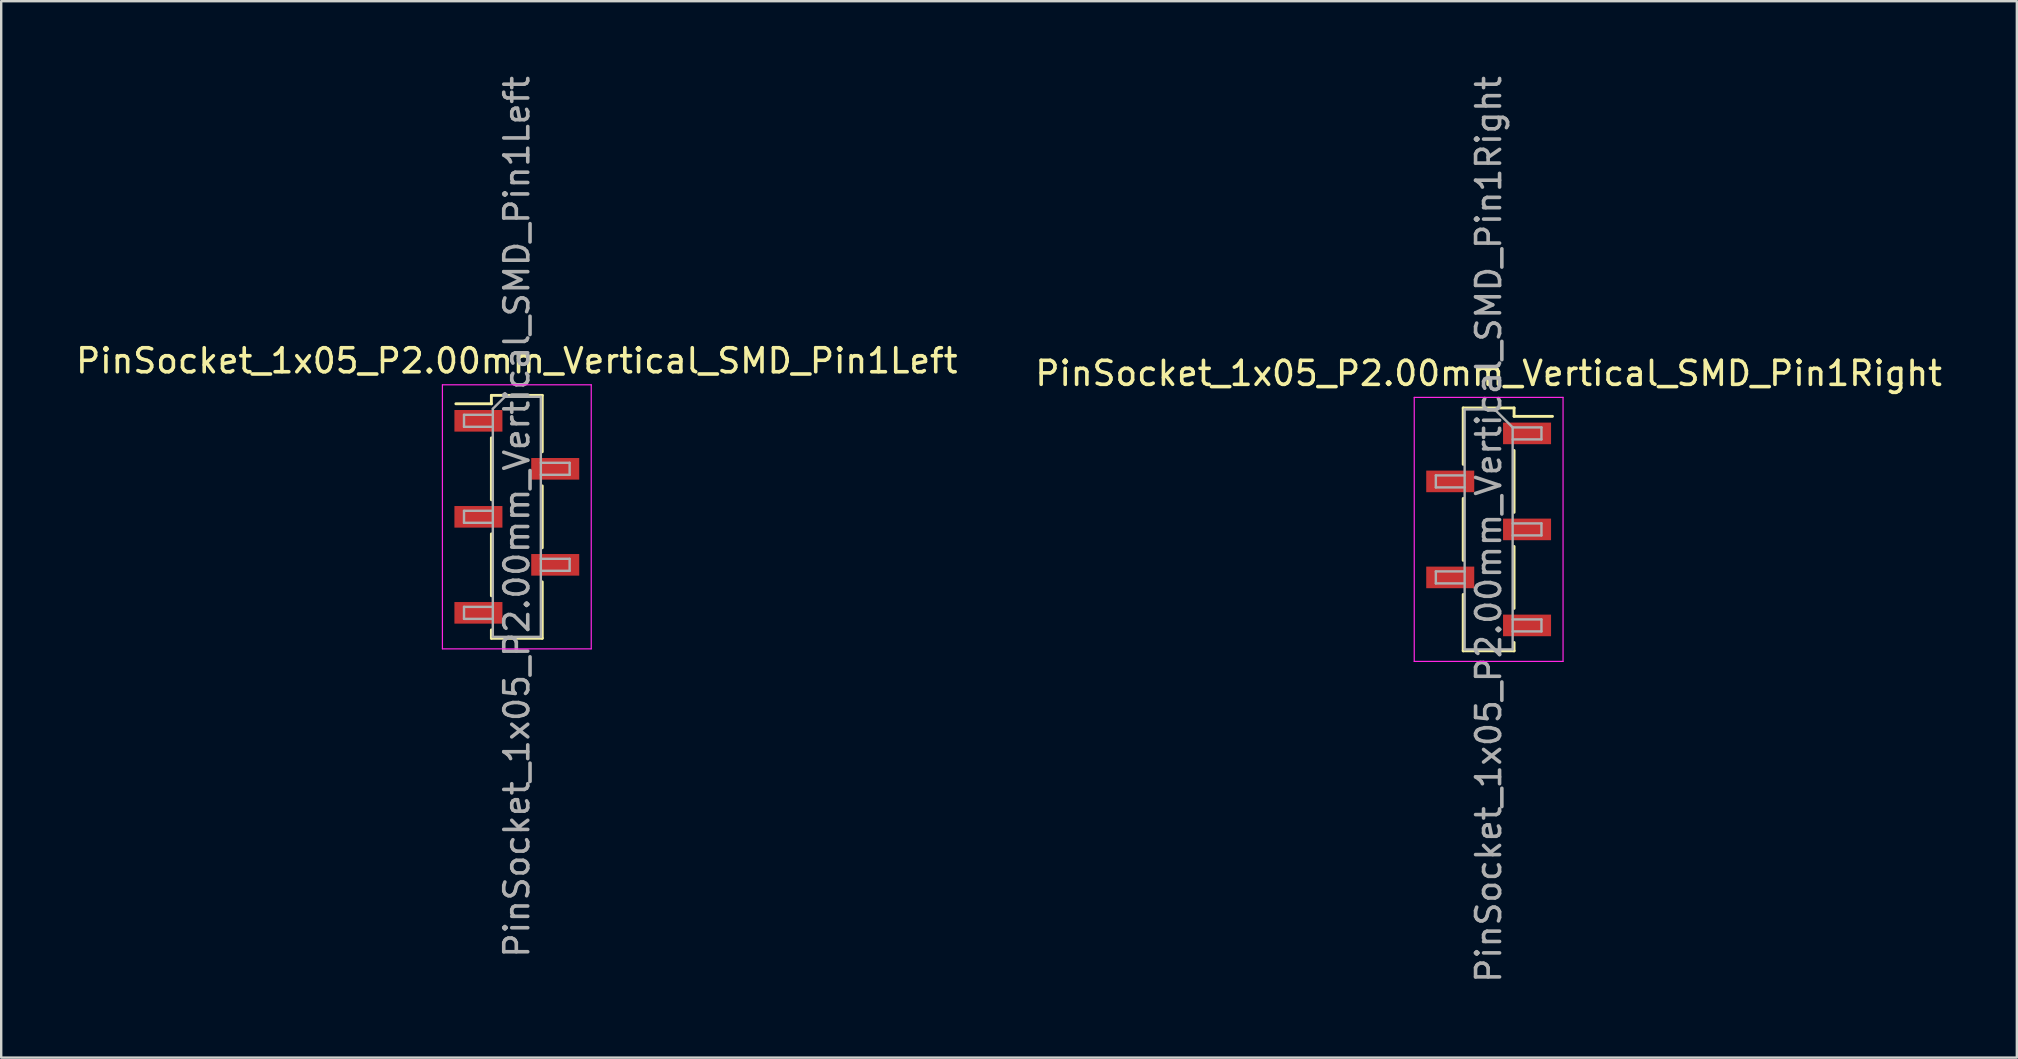
<source format=kicad_pcb>
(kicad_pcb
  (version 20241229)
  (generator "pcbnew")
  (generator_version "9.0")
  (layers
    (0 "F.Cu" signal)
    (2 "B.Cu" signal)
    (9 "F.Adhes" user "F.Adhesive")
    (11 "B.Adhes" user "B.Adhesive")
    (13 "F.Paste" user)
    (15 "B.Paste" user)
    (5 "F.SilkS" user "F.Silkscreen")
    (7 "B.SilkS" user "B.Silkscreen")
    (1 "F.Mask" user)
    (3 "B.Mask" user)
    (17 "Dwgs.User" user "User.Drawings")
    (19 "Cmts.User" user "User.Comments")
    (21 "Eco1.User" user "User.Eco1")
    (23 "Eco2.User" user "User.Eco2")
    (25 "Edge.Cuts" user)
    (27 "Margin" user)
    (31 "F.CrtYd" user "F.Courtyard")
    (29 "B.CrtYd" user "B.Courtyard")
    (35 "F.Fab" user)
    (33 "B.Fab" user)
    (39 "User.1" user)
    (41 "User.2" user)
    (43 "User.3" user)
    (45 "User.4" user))
  (footprint "PinSocket_1x05_P2.00mm_Vertical_SMD_Pin1Right"
    (layer "F.Cu")
    (at 58.97 19.006)
    (property "Reference" "PinSocket_1x05_P2.00mm_Vertical_SMD_Pin1Right" (at 0 -6.5 0) (layer "F.SilkS") (effects (font (size 1 1) (thickness 0.15))))
    (attr smd)
    (fp_line (start -1.06 -5.06) (end -1.06 -2.71) (stroke (width 0.12) (type solid)) (layer "F.SilkS"))
    (fp_line (start -1.06 -5.06) (end 1.06 -5.06) (stroke (width 0.12) (type solid)) (layer "F.SilkS"))
    (fp_line (start -1.06 -1.29) (end -1.06 1.29) (stroke (width 0.12) (type solid)) (layer "F.SilkS"))
    (fp_line (start -1.06 2.71) (end -1.06 5.06) (stroke (width 0.12) (type solid)) (layer "F.SilkS"))
    (fp_line (start 1.06 -5.06) (end 1.06 -4.71) (stroke (width 0.12) (type solid)) (layer "F.SilkS"))
    (fp_line (start 1.06 -4.71) (end 2.66 -4.71) (stroke (width 0.12) (type solid)) (layer "F.SilkS"))
    (fp_line (start 1.06 -3.29) (end 1.06 -0.71) (stroke (width 0.12) (type solid)) (layer "F.SilkS"))
    (fp_line (start 1.06 0.71) (end 1.06 3.29) (stroke (width 0.12) (type solid)) (layer "F.SilkS"))
    (fp_line (start 1.06 4.71) (end 1.06 5.06) (stroke (width 0.12) (type solid)) (layer "F.SilkS"))
    (fp_line (start 1.06 5.06) (end -1.06 5.06) (stroke (width 0.12) (type solid)) (layer "F.SilkS"))
    (fp_line (start -3.1 -5.5) (end 3.1 -5.5) (stroke (width 0.05) (type solid)) (layer "F.CrtYd"))
    (fp_line (start -3.1 5.5) (end -3.1 -5.5) (stroke (width 0.05) (type solid)) (layer "F.CrtYd"))
    (fp_line (start 3.1 -5.5) (end 3.1 5.5) (stroke (width 0.05) (type solid)) (layer "F.CrtYd"))
    (fp_line (start 3.1 5.5) (end -3.1 5.5) (stroke (width 0.05) (type solid)) (layer "F.CrtYd"))
    (fp_line (start -2.2 -2.25) (end -1 -2.25) (stroke (width 0.1) (type solid)) (layer "F.Fab"))
    (fp_line (start -2.2 -1.75) (end -2.2 -2.25) (stroke (width 0.1) (type solid)) (layer "F.Fab"))
    (fp_line (start -2.2 1.75) (end -1 1.75) (stroke (width 0.1) (type solid)) (layer "F.Fab"))
    (fp_line (start -2.2 2.25) (end -2.2 1.75) (stroke (width 0.1) (type solid)) (layer "F.Fab"))
    (fp_line (start -1 -5) (end 0.25 -5) (stroke (width 0.1) (type solid)) (layer "F.Fab"))
    (fp_line (start -1 -1.75) (end -2.2 -1.75) (stroke (width 0.1) (type solid)) (layer "F.Fab"))
    (fp_line (start -1 2.25) (end -2.2 2.25) (stroke (width 0.1) (type solid)) (layer "F.Fab"))
    (fp_line (start -1 5) (end -1 -5) (stroke (width 0.1) (type solid)) (layer "F.Fab"))
    (fp_line (start 0.25 -5) (end 1 -4.25) (stroke (width 0.1) (type solid)) (layer "F.Fab"))
    (fp_line (start 1 -4.25) (end 1 5) (stroke (width 0.1) (type solid)) (layer "F.Fab"))
    (fp_line (start 1 -4.25) (end 2.2 -4.25) (stroke (width 0.1) (type solid)) (layer "F.Fab"))
    (fp_line (start 1 -0.25) (end 2.2 -0.25) (stroke (width 0.1) (type solid)) (layer "F.Fab"))
    (fp_line (start 1 3.75) (end 2.2 3.75) (stroke (width 0.1) (type solid)) (layer "F.Fab"))
    (fp_line (start 1 5) (end -1 5) (stroke (width 0.1) (type solid)) (layer "F.Fab"))
    (fp_line (start 2.2 -4.25) (end 2.2 -3.75) (stroke (width 0.1) (type solid)) (layer "F.Fab"))
    (fp_line (start 2.2 -3.75) (end 1 -3.75) (stroke (width 0.1) (type solid)) (layer "F.Fab"))
    (fp_line (start 2.2 -0.25) (end 2.2 0.25) (stroke (width 0.1) (type solid)) (layer "F.Fab"))
    (fp_line (start 2.2 0.25) (end 1 0.25) (stroke (width 0.1) (type solid)) (layer "F.Fab"))
    (fp_line (start 2.2 3.75) (end 2.2 4.25) (stroke (width 0.1) (type solid)) (layer "F.Fab"))
    (fp_line (start 2.2 4.25) (end 1 4.25) (stroke (width 0.1) (type solid)) (layer "F.Fab"))
    (fp_text user "${REFERENCE}" (at 0 0 90) (layer "F.Fab") (effects (font (size 1 1) (thickness 0.15))))
    (pad "1" smd rect (at 1.6 -4) (size 2 0.9) (layers "F.Cu" "F.Mask" "F.Paste"))
    (pad "2" smd rect (at -1.6 -2) (size 2 0.9) (layers "F.Cu" "F.Mask" "F.Paste"))
    (pad "3" smd rect (at 1.6 0) (size 2 0.9) (layers "F.Cu" "F.Mask" "F.Paste"))
    (pad "4" smd rect (at -1.6 2) (size 2 0.9) (layers "F.Cu" "F.Mask" "F.Paste"))
    (pad "5" smd rect (at 1.6 4) (size 2 0.9) (layers "F.Cu" "F.Mask" "F.Paste")))
  (footprint "PinSocket_1x05_P2.00mm_Vertical_SMD_Pin1Left"
    (layer "F.Cu")
    (at 18.482 18.482)
    (property "Reference" "PinSocket_1x05_P2.00mm_Vertical_SMD_Pin1Left" (at 0 -6.5 0) (layer "F.SilkS") (effects (font (size 1 1) (thickness 0.15))))
    (attr smd)
    (fp_line (start -2.54 -4.71) (end -1.06 -4.71) (stroke (width 0.12) (type solid)) (layer "F.SilkS"))
    (fp_line (start -1.06 -5.06) (end -1.06 -4.71) (stroke (width 0.12) (type solid)) (layer "F.SilkS"))
    (fp_line (start -1.06 -5.06) (end 1.06 -5.06) (stroke (width 0.12) (type solid)) (layer "F.SilkS"))
    (fp_line (start -1.06 -3.29) (end -1.06 -0.71) (stroke (width 0.12) (type solid)) (layer "F.SilkS"))
    (fp_line (start -1.06 0.71) (end -1.06 3.29) (stroke (width 0.12) (type solid)) (layer "F.SilkS"))
    (fp_line (start -1.06 4.71) (end -1.06 5.06) (stroke (width 0.12) (type solid)) (layer "F.SilkS"))
    (fp_line (start -1.06 5.06) (end 1.06 5.06) (stroke (width 0.12) (type solid)) (layer "F.SilkS"))
    (fp_line (start 1.06 -5.06) (end 1.06 -2.71) (stroke (width 0.12) (type solid)) (layer "F.SilkS"))
    (fp_line (start 1.06 -1.29) (end 1.06 1.29) (stroke (width 0.12) (type solid)) (layer "F.SilkS"))
    (fp_line (start 1.06 2.71) (end 1.06 5.06) (stroke (width 0.12) (type solid)) (layer "F.SilkS"))
    (fp_line (start -3.1 -5.5) (end 3.1 -5.5) (stroke (width 0.05) (type solid)) (layer "F.CrtYd"))
    (fp_line (start -3.1 5.5) (end -3.1 -5.5) (stroke (width 0.05) (type solid)) (layer "F.CrtYd"))
    (fp_line (start 3.1 -5.5) (end 3.1 5.5) (stroke (width 0.05) (type solid)) (layer "F.CrtYd"))
    (fp_line (start 3.1 5.5) (end -3.1 5.5) (stroke (width 0.05) (type solid)) (layer "F.CrtYd"))
    (fp_line (start -2.2 -4.25) (end -1 -4.25) (stroke (width 0.1) (type solid)) (layer "F.Fab"))
    (fp_line (start -2.2 -3.75) (end -2.2 -4.25) (stroke (width 0.1) (type solid)) (layer "F.Fab"))
    (fp_line (start -2.2 -0.25) (end -1 -0.25) (stroke (width 0.1) (type solid)) (layer "F.Fab"))
    (fp_line (start -2.2 0.25) (end -2.2 -0.25) (stroke (width 0.1) (type solid)) (layer "F.Fab"))
    (fp_line (start -2.2 3.75) (end -1 3.75) (stroke (width 0.1) (type solid)) (layer "F.Fab"))
    (fp_line (start -2.2 4.25) (end -2.2 3.75) (stroke (width 0.1) (type solid)) (layer "F.Fab"))
    (fp_line (start -1 -4.5) (end -0.5 -5) (stroke (width 0.1) (type solid)) (layer "F.Fab"))
    (fp_line (start -1 -3.75) (end -2.2 -3.75) (stroke (width 0.1) (type solid)) (layer "F.Fab"))
    (fp_line (start -1 0.25) (end -2.2 0.25) (stroke (width 0.1) (type solid)) (layer "F.Fab"))
    (fp_line (start -1 4.25) (end -2.2 4.25) (stroke (width 0.1) (type solid)) (layer "F.Fab"))
    (fp_line (start -1 5) (end -1 -4.5) (stroke (width 0.1) (type solid)) (layer "F.Fab"))
    (fp_line (start -0.5 -5) (end 1 -5) (stroke (width 0.1) (type solid)) (layer "F.Fab"))
    (fp_line (start 1 -5) (end 1 5) (stroke (width 0.1) (type solid)) (layer "F.Fab"))
    (fp_line (start 1 -2.25) (end 2.2 -2.25) (stroke (width 0.1) (type solid)) (layer "F.Fab"))
    (fp_line (start 1 1.75) (end 2.2 1.75) (stroke (width 0.1) (type solid)) (layer "F.Fab"))
    (fp_line (start 1 5) (end -1 5) (stroke (width 0.1) (type solid)) (layer "F.Fab"))
    (fp_line (start 2.2 -2.25) (end 2.2 -1.75) (stroke (width 0.1) (type solid)) (layer "F.Fab"))
    (fp_line (start 2.2 -1.75) (end 1 -1.75) (stroke (width 0.1) (type solid)) (layer "F.Fab"))
    (fp_line (start 2.2 1.75) (end 2.2 2.25) (stroke (width 0.1) (type solid)) (layer "F.Fab"))
    (fp_line (start 2.2 2.25) (end 1 2.25) (stroke (width 0.1) (type solid)) (layer "F.Fab"))
    (fp_text user "${REFERENCE}" (at 0 0 90) (layer "F.Fab") (effects (font (size 1 1) (thickness 0.15))))
    (pad "1" smd rect (at -1.6 -4) (size 2 0.9) (layers "F.Cu" "F.Mask" "F.Paste"))
    (pad "2" smd rect (at 1.6 -2) (size 2 0.9) (layers "F.Cu" "F.Mask" "F.Paste"))
    (pad "3" smd rect (at -1.6 0) (size 2 0.9) (layers "F.Cu" "F.Mask" "F.Paste"))
    (pad "4" smd rect (at 1.6 2) (size 2 0.9) (layers "F.Cu" "F.Mask" "F.Paste"))
    (pad "5" smd rect (at -1.6 4) (size 2 0.9) (layers "F.Cu" "F.Mask" "F.Paste")))
  (gr_rect
    (start -3 -3)
    (end 80.976 41.012)
    (stroke (width 0.1) (type default))
    (fill no)
    (layer "Edge.Cuts")))
</source>
